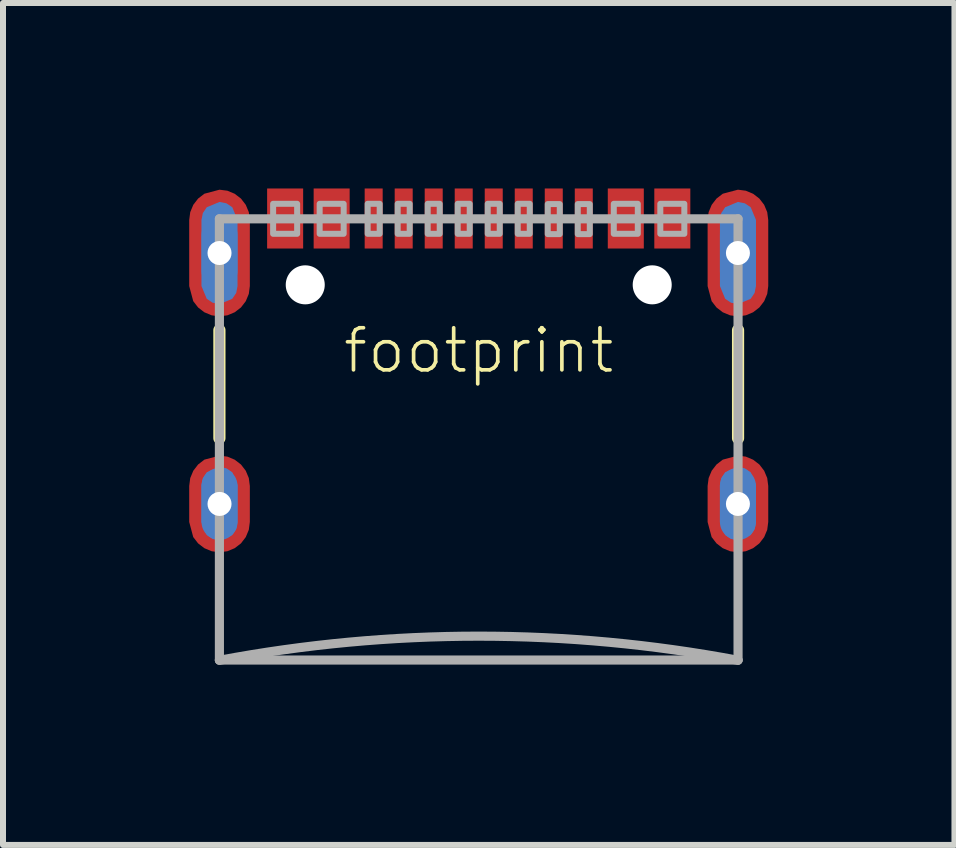
<source format=kicad_pcb>
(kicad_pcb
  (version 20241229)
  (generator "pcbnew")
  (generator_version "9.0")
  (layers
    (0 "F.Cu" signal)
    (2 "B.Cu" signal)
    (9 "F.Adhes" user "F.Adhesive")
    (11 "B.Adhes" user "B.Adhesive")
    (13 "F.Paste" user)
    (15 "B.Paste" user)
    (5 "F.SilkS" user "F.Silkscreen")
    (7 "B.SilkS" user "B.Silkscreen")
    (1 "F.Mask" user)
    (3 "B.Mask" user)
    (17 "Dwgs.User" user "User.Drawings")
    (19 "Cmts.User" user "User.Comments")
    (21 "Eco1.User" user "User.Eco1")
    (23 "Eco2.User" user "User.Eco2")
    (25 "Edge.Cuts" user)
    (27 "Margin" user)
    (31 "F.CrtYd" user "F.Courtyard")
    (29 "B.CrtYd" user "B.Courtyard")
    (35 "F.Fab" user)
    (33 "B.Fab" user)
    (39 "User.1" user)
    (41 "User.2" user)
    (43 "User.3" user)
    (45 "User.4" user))
  (footprint "footprint"
    (layer "F.Cu")
    (at 4.925 0.25)
    (property "Reference" "footprint" (at 0 2.54 0) (layer "F.SilkS") (effects (font (size 0.701 0.701) (thickness 0.061))))
    (fp_poly (pts (xy -4.187 -0.123) (xy -4.065 -0.072) (xy -3.961 0.008) (xy -3.881 0.112) (xy -3.83 0.234) (xy -3.813 0.365) (xy -3.813 1.465) (xy -3.83 1.596) (xy -3.881 1.718) (xy -3.961 1.822) (xy -4.065 1.902) (xy -4.187 1.953) (xy -4.318 1.97) (xy -4.449 1.953) (xy -4.571 1.902) (xy -4.675 1.822) (xy -4.756 1.717) (xy -4.823 1.466) (xy -4.823 0.365) (xy -4.806 0.234) (xy -4.755 0.112) (xy -4.675 0.008) (xy -4.57 -0.073) (xy -4.318 -0.14)) (stroke (width 0) (type solid)) (fill yes) (layer "F.Cu"))
    (fp_poly (pts (xy -4.187 4.307) (xy -4.065 4.358) (xy -3.961 4.438) (xy -3.881 4.542) (xy -3.83 4.664) (xy -3.813 4.795) (xy -3.813 5.395) (xy -3.83 5.526) (xy -3.881 5.648) (xy -3.961 5.752) (xy -4.065 5.832) (xy -4.187 5.883) (xy -4.318 5.9) (xy -4.449 5.883) (xy -4.571 5.832) (xy -4.675 5.752) (xy -4.756 5.647) (xy -4.823 5.396) (xy -4.823 4.795) (xy -4.806 4.664) (xy -4.755 4.542) (xy -4.675 4.438) (xy -4.57 4.357) (xy -4.318 4.29)) (stroke (width 0) (type solid)) (fill yes) (layer "F.Cu"))
    (fp_poly (pts (xy 4.449 -0.123) (xy 4.571 -0.072) (xy 4.675 0.008) (xy 4.755 0.112) (xy 4.806 0.234) (xy 4.823 0.365) (xy 4.823 1.465) (xy 4.806 1.596) (xy 4.755 1.718) (xy 4.675 1.822) (xy 4.571 1.902) (xy 4.449 1.953) (xy 4.318 1.97) (xy 4.187 1.953) (xy 4.065 1.902) (xy 3.961 1.822) (xy 3.88 1.717) (xy 3.813 1.466) (xy 3.813 0.365) (xy 3.83 0.234) (xy 3.881 0.112) (xy 3.961 0.008) (xy 4.066 -0.073) (xy 4.318 -0.14)) (stroke (width 0) (type solid)) (fill yes) (layer "F.Cu"))
    (fp_poly (pts (xy 4.449 4.307) (xy 4.571 4.358) (xy 4.675 4.438) (xy 4.755 4.542) (xy 4.806 4.664) (xy 4.823 4.795) (xy 4.823 5.395) (xy 4.806 5.526) (xy 4.755 5.648) (xy 4.675 5.752) (xy 4.571 5.832) (xy 4.449 5.883) (xy 4.318 5.9) (xy 4.187 5.883) (xy 4.065 5.832) (xy 3.961 5.752) (xy 3.88 5.647) (xy 3.813 5.396) (xy 3.813 4.795) (xy 3.83 4.664) (xy 3.881 4.542) (xy 3.961 4.438) (xy 4.066 4.357) (xy 4.318 4.29)) (stroke (width 0) (type solid)) (fill yes) (layer "F.Cu"))
    (fp_poly (pts (xy -4.169 -0.226) (xy -4.026 -0.173) (xy -3.902 -0.085) (xy -3.804 0.032) (xy -3.741 0.17) (xy -3.715 0.32) (xy -3.715 1.52) (xy -3.742 1.669) (xy -3.806 1.805) (xy -3.904 1.92) (xy -4.028 2.007) (xy -4.17 2.058) (xy -4.32 2.07) (xy -4.47 2.058) (xy -4.612 2.007) (xy -4.736 1.92) (xy -4.834 1.805) (xy -4.925 1.521) (xy -4.925 0.32) (xy -4.899 0.17) (xy -4.836 0.032) (xy -4.738 -0.085) (xy -4.614 -0.174) (xy -4.32 -0.24)) (stroke (width 0) (type solid)) (fill yes) (layer "F.Mask"))
    (fp_poly (pts (xy -4.163 4.211) (xy -4.017 4.273) (xy -3.891 4.37) (xy -3.795 4.496) (xy -3.735 4.643) (xy -3.715 4.8) (xy -3.715 5.4) (xy -3.736 5.556) (xy -3.797 5.701) (xy -3.893 5.825) (xy -4.018 5.921) (xy -4.164 5.98) (xy -4.32 6) (xy -4.476 5.98) (xy -4.622 5.921) (xy -4.747 5.825) (xy -4.843 5.701) (xy -4.925 5.401) (xy -4.925 4.8) (xy -4.905 4.643) (xy -4.845 4.496) (xy -4.749 4.37) (xy -4.623 4.272) (xy -4.32 4.19)) (stroke (width 0) (type solid)) (fill yes) (layer "F.Mask"))
    (fp_poly (pts (xy 4.471 -0.226) (xy 4.614 -0.173) (xy 4.738 -0.085) (xy 4.836 0.032) (xy 4.899 0.17) (xy 4.925 0.32) (xy 4.925 1.52) (xy 4.898 1.669) (xy 4.834 1.805) (xy 4.736 1.92) (xy 4.612 2.007) (xy 4.47 2.058) (xy 4.32 2.07) (xy 4.17 2.058) (xy 4.028 2.007) (xy 3.904 1.92) (xy 3.806 1.805) (xy 3.715 1.521) (xy 3.715 0.32) (xy 3.741 0.17) (xy 3.804 0.032) (xy 3.902 -0.085) (xy 4.026 -0.174) (xy 4.32 -0.24)) (stroke (width 0) (type solid)) (fill yes) (layer "F.Mask"))
    (fp_poly (pts (xy 4.477 4.211) (xy 4.623 4.273) (xy 4.749 4.37) (xy 4.845 4.496) (xy 4.905 4.643) (xy 4.925 4.8) (xy 4.925 5.4) (xy 4.904 5.556) (xy 4.843 5.701) (xy 4.747 5.825) (xy 4.622 5.921) (xy 4.476 5.98) (xy 4.32 6) (xy 4.164 5.98) (xy 4.018 5.921) (xy 3.893 5.825) (xy 3.797 5.701) (xy 3.715 5.401) (xy 3.715 4.8) (xy 3.735 4.643) (xy 3.795 4.496) (xy 3.891 4.37) (xy 4.017 4.272) (xy 4.32 4.19)) (stroke (width 0) (type solid)) (fill yes) (layer "F.Mask"))
    (fp_poly (pts (xy -4.203 0.087) (xy -4.105 0.153) (xy -4.018 0.365) (xy -4.018 1.465) (xy -4.04 1.58) (xy -4.106 1.678) (xy -4.318 1.766) (xy -4.433 1.743) (xy -4.531 1.677) (xy -4.619 1.465) (xy -4.619 0.365) (xy -4.596 0.25) (xy -4.53 0.152) (xy -4.318 0.064)) (stroke (width 0) (type solid)) (fill yes) (layer "B.Cu"))
    (fp_poly (pts (xy -4.203 4.502) (xy -4.105 4.568) (xy -4.018 4.78) (xy -4.018 5.4) (xy -4.04 5.515) (xy -4.106 5.613) (xy -4.318 5.701) (xy -4.433 5.678) (xy -4.531 5.612) (xy -4.619 5.4) (xy -4.619 4.78) (xy -4.596 4.665) (xy -4.53 4.567) (xy -4.318 4.479)) (stroke (width 0) (type solid)) (fill yes) (layer "B.Cu"))
    (fp_poly (pts (xy 4.433 0.087) (xy 4.531 0.153) (xy 4.619 0.365) (xy 4.619 1.465) (xy 4.596 1.58) (xy 4.53 1.678) (xy 4.318 1.766) (xy 4.203 1.743) (xy 4.105 1.677) (xy 4.018 1.465) (xy 4.018 0.365) (xy 4.04 0.25) (xy 4.106 0.152) (xy 4.318 0.064)) (stroke (width 0) (type solid)) (fill yes) (layer "B.Cu"))
    (fp_poly (pts (xy 4.433 4.502) (xy 4.531 4.568) (xy 4.619 4.78) (xy 4.619 5.4) (xy 4.596 5.515) (xy 4.53 5.613) (xy 4.318 5.701) (xy 4.203 5.678) (xy 4.105 5.612) (xy 4.018 5.4) (xy 4.018 4.78) (xy 4.04 4.665) (xy 4.106 4.567) (xy 4.318 4.479)) (stroke (width 0) (type solid)) (fill yes) (layer "B.Cu"))
    (fp_poly (pts (xy -4.187 -0.123) (xy -4.065 -0.072) (xy -3.961 0.008) (xy -3.881 0.112) (xy -3.83 0.234) (xy -3.813 0.365) (xy -3.813 1.465) (xy -3.83 1.596) (xy -3.881 1.718) (xy -3.961 1.822) (xy -4.065 1.902) (xy -4.187 1.953) (xy -4.318 1.97) (xy -4.57 1.903) (xy -4.675 1.822) (xy -4.755 1.718) (xy -4.806 1.596) (xy -4.823 1.465) (xy -4.823 0.365) (xy -4.806 0.234) (xy -4.755 0.112) (xy -4.675 0.008) (xy -4.571 -0.072) (xy -4.449 -0.123) (xy -4.318 -0.14)) (stroke (width 0) (type solid)) (fill yes) (layer "In1.Cu"))
    (fp_poly (pts (xy -4.187 4.307) (xy -4.065 4.358) (xy -3.961 4.438) (xy -3.881 4.542) (xy -3.83 4.664) (xy -3.813 4.795) (xy -3.813 5.395) (xy -3.83 5.526) (xy -3.881 5.648) (xy -3.961 5.752) (xy -4.065 5.832) (xy -4.187 5.883) (xy -4.318 5.9) (xy -4.57 5.833) (xy -4.675 5.752) (xy -4.755 5.648) (xy -4.806 5.526) (xy -4.823 5.395) (xy -4.823 4.795) (xy -4.806 4.664) (xy -4.755 4.542) (xy -4.675 4.438) (xy -4.571 4.358) (xy -4.449 4.307) (xy -4.318 4.29)) (stroke (width 0) (type solid)) (fill yes) (layer "In1.Cu"))
    (fp_poly (pts (xy 4.449 -0.123) (xy 4.571 -0.072) (xy 4.675 0.008) (xy 4.755 0.112) (xy 4.806 0.234) (xy 4.823 0.365) (xy 4.823 1.465) (xy 4.806 1.596) (xy 4.755 1.718) (xy 4.675 1.822) (xy 4.571 1.902) (xy 4.449 1.953) (xy 4.318 1.97) (xy 4.066 1.903) (xy 3.961 1.822) (xy 3.881 1.718) (xy 3.83 1.596) (xy 3.813 1.465) (xy 3.813 0.365) (xy 3.83 0.234) (xy 3.881 0.112) (xy 3.961 0.008) (xy 4.065 -0.072) (xy 4.187 -0.123) (xy 4.318 -0.14)) (stroke (width 0) (type solid)) (fill yes) (layer "In1.Cu"))
    (fp_poly (pts (xy 4.449 4.307) (xy 4.571 4.358) (xy 4.675 4.438) (xy 4.755 4.542) (xy 4.806 4.664) (xy 4.823 4.795) (xy 4.823 5.395) (xy 4.806 5.526) (xy 4.755 5.648) (xy 4.675 5.752) (xy 4.571 5.832) (xy 4.449 5.883) (xy 4.318 5.9) (xy 4.066 5.833) (xy 3.961 5.752) (xy 3.881 5.648) (xy 3.83 5.526) (xy 3.813 5.395) (xy 3.813 4.795) (xy 3.83 4.664) (xy 3.881 4.542) (xy 3.961 4.438) (xy 4.065 4.358) (xy 4.187 4.307) (xy 4.318 4.29)) (stroke (width 0) (type solid)) (fill yes) (layer "In1.Cu"))
    (fp_line (start -4.32 2.2) (end -4.32 4) (stroke (width 0.203) (type solid)) (layer "F.SilkS"))
    (fp_line (start 4.32 2.2) (end 4.32 4) (stroke (width 0.203) (type solid)) (layer "F.SilkS"))
    (fp_poly (pts (xy -4.203 0.087) (xy -4.105 0.153) (xy -4.018 0.365) (xy -4.018 1.465) (xy -4.04 1.58) (xy -4.106 1.678) (xy -4.318 1.766) (xy -4.433 1.743) (xy -4.531 1.677) (xy -4.619 1.465) (xy -4.619 0.365) (xy -4.596 0.25) (xy -4.53 0.152) (xy -4.318 0.064)) (stroke (width 0) (type solid)) (fill yes) (layer "In2.Cu"))
    (fp_poly (pts (xy -4.203 4.502) (xy -4.105 4.568) (xy -4.018 4.78) (xy -4.018 5.4) (xy -4.04 5.515) (xy -4.106 5.613) (xy -4.318 5.701) (xy -4.433 5.678) (xy -4.531 5.612) (xy -4.619 5.4) (xy -4.619 4.78) (xy -4.596 4.665) (xy -4.53 4.567) (xy -4.318 4.479)) (stroke (width 0) (type solid)) (fill yes) (layer "In2.Cu"))
    (fp_poly (pts (xy 4.433 0.087) (xy 4.531 0.153) (xy 4.619 0.365) (xy 4.619 1.465) (xy 4.596 1.58) (xy 4.53 1.678) (xy 4.318 1.766) (xy 4.203 1.743) (xy 4.105 1.677) (xy 4.018 1.465) (xy 4.018 0.365) (xy 4.04 0.25) (xy 4.106 0.152) (xy 4.318 0.064)) (stroke (width 0) (type solid)) (fill yes) (layer "In2.Cu"))
    (fp_poly (pts (xy 4.433 4.502) (xy 4.531 4.568) (xy 4.619 4.78) (xy 4.619 5.4) (xy 4.596 5.515) (xy 4.53 5.613) (xy 4.318 5.701) (xy 4.203 5.678) (xy 4.105 5.612) (xy 4.018 5.4) (xy 4.018 4.78) (xy 4.04 4.665) (xy 4.106 4.567) (xy 4.318 4.479)) (stroke (width 0) (type solid)) (fill yes) (layer "In2.Cu"))
    (fp_poly (pts (xy -4.219 -0.146) (xy -4.094 -0.103) (xy -3.984 -0.029) (xy -3.898 0.071) (xy -3.84 0.19) (xy -3.815 0.32) (xy -3.815 1.521) (xy -3.854 1.668) (xy -3.937 1.796) (xy -4.056 1.892) (xy -4.35 1.955) (xy -4.491 1.939) (xy -4.621 1.88) (xy -4.727 1.784) (xy -4.825 1.521) (xy -4.825 0.32) (xy -4.802 0.173) (xy -4.734 0.041) (xy -4.629 -0.065) (xy -4.351 -0.155)) (stroke (width 0) (type solid)) (fill yes) (layer "F.Paste"))
    (fp_poly (pts (xy -4.147 4.322) (xy -4.011 4.395) (xy -3.903 4.507) (xy -3.815 4.799) (xy -3.815 5.4) (xy -3.836 5.553) (xy -3.904 5.693) (xy -4.011 5.805) (xy -4.299 5.905) (xy -4.434 5.89) (xy -4.559 5.841) (xy -4.667 5.761) (xy -4.751 5.656) (xy -4.825 5.401) (xy -4.825 4.8) (xy -4.805 4.667) (xy -4.751 4.544) (xy -4.667 4.439) (xy -4.559 4.359) (xy -4.3 4.295)) (stroke (width 0) (type solid)) (fill yes) (layer "F.Paste"))
    (fp_poly (pts (xy 4.43 -0.145) (xy 4.553 -0.101) (xy 4.661 -0.026) (xy 4.745 0.073) (xy 4.801 0.191) (xy 4.825 0.32) (xy 4.825 1.521) (xy 4.787 1.667) (xy 4.707 1.794) (xy 4.59 1.89) (xy 4.3 1.955) (xy 4.164 1.949) (xy 4.035 1.902) (xy 3.927 1.816) (xy 3.815 1.571) (xy 3.815 0.37) (xy 3.827 0.239) (xy 3.873 0.115) (xy 3.949 0.007) (xy 4.05 -0.077) (xy 4.299 -0.155)) (stroke (width 0) (type solid)) (fill yes) (layer "F.Paste"))
    (fp_poly (pts (xy 4.434 4.31) (xy 4.559 4.359) (xy 4.667 4.439) (xy 4.751 4.544) (xy 4.805 4.667) (xy 4.825 4.8) (xy 4.825 5.4) (xy 4.806 5.552) (xy 4.74 5.691) (xy 4.635 5.803) (xy 4.351 5.905) (xy 4.221 5.899) (xy 4.097 5.859) (xy 3.989 5.789) (xy 3.901 5.692) (xy 3.815 5.451) (xy 3.815 4.85) (xy 3.824 4.715) (xy 3.867 4.586) (xy 3.942 4.472) (xy 4.045 4.382) (xy 4.299 4.295)) (stroke (width 0) (type solid)) (fill yes) (layer "F.Paste"))
    (fp_line (start -4.32 0.345) (end -4.32 1.965) (stroke (width 0.01) (type solid)) (layer "F.Fab"))
    (fp_line (start -4.32 0.345) (end 4.32 0.345) (stroke (width 0.152) (type solid)) (layer "F.Fab"))
    (fp_line (start -4.32 4.295) (end -4.32 5.895) (stroke (width 0.01) (type solid)) (layer "F.Fab"))
    (fp_line (start -4.32 7.695) (end -4.32 0.345) (stroke (width 0.152) (type solid)) (layer "F.Fab"))
    (fp_line (start -4.32 7.695) (end 4.32 7.695) (stroke (width 0.152) (type solid)) (layer "F.Fab"))
    (fp_line (start 4.32 0.345) (end 4.32 1.965) (stroke (width 0.01) (type solid)) (layer "F.Fab"))
    (fp_line (start 4.32 0.345) (end 4.32 7.695) (stroke (width 0.152) (type solid)) (layer "F.Fab"))
    (fp_line (start 4.32 4.295) (end 4.32 5.895) (stroke (width 0.01) (type solid)) (layer "F.Fab"))
    (fp_arc (start -4.32 7.7) (mid 0 7.297675) (end 4.32 7.7) (stroke (width 0.1524) (type solid)) (layer "F.Fab"))
    (fp_poly (pts (xy -3.425 0.595) (xy -3.025 0.595) (xy -3.025 0.095) (xy -3.425 0.095)) (stroke (width 0.1) (type solid)) (fill no) (layer "F.Fab"))
    (fp_poly (pts (xy -2.65 0.595) (xy -2.25 0.595) (xy -2.25 0.095) (xy -2.65 0.095)) (stroke (width 0.1) (type solid)) (fill no) (layer "F.Fab"))
    (fp_poly (pts (xy -1.85 0.595) (xy -1.65 0.595) (xy -1.65 0.095) (xy -1.85 0.095)) (stroke (width 0.1) (type solid)) (fill no) (layer "F.Fab"))
    (fp_poly (pts (xy -1.35 0.595) (xy -1.15 0.595) (xy -1.15 0.095) (xy -1.35 0.095)) (stroke (width 0.1) (type solid)) (fill no) (layer "F.Fab"))
    (fp_poly (pts (xy -0.85 0.595) (xy -0.65 0.595) (xy -0.65 0.095) (xy -0.85 0.095)) (stroke (width 0.1) (type solid)) (fill no) (layer "F.Fab"))
    (fp_poly (pts (xy -0.35 0.595) (xy -0.15 0.595) (xy -0.15 0.095) (xy -0.35 0.095)) (stroke (width 0.1) (type solid)) (fill no) (layer "F.Fab"))
    (fp_poly (pts (xy 0.15 0.595) (xy 0.35 0.595) (xy 0.35 0.095) (xy 0.15 0.095)) (stroke (width 0.1) (type solid)) (fill no) (layer "F.Fab"))
    (fp_poly (pts (xy 0.65 0.595) (xy 0.85 0.595) (xy 0.85 0.095) (xy 0.65 0.095)) (stroke (width 0.1) (type solid)) (fill no) (layer "F.Fab"))
    (fp_poly (pts (xy 1.15 0.6) (xy 1.35 0.6) (xy 1.35 0.1) (xy 1.15 0.1)) (stroke (width 0.1) (type solid)) (fill no) (layer "F.Fab"))
    (fp_poly (pts (xy 1.65 0.6) (xy 1.85 0.6) (xy 1.85 0.1) (xy 1.65 0.1)) (stroke (width 0.1) (type solid)) (fill no) (layer "F.Fab"))
    (fp_poly (pts (xy 2.25 0.595) (xy 2.65 0.595) (xy 2.65 0.095) (xy 2.25 0.095)) (stroke (width 0.1) (type solid)) (fill no) (layer "F.Fab"))
    (fp_poly (pts (xy 3.025 0.595) (xy 3.425 0.595) (xy 3.425 0.095) (xy 3.025 0.095)) (stroke (width 0.1) (type solid)) (fill no) (layer "F.Fab"))
    (pad "" np_thru_hole circle (at -2.89 1.445) (size 0.65 0.65) (drill 0.65) (layers "*.Cu" "*.Mask"))
    (pad "" np_thru_hole circle (at 2.89 1.445) (size 0.65 0.65) (drill 0.65) (layers "*.Cu" "*.Mask"))
    (pad "A5" smd rect (at -1.25 0.34 180) (size 0.3 1) (layers "F.Cu" "F.Mask" "F.Paste"))
    (pad "A6" smd rect (at -0.25 0.34 180) (size 0.3 1) (layers "F.Cu" "F.Mask" "F.Paste"))
    (pad "A7" smd rect (at 0.25 0.34) (size 0.3 1) (layers "F.Cu" "F.Mask" "F.Paste"))
    (pad "A8" smd rect (at 1.25 0.34) (size 0.3 1) (layers "F.Cu" "F.Mask" "F.Paste"))
    (pad "B5" smd rect (at 1.75 0.34) (size 0.3 1) (layers "F.Cu" "F.Mask" "F.Paste"))
    (pad "B6" smd rect (at 0.75 0.34) (size 0.3 1) (layers "F.Cu" "F.Mask" "F.Paste"))
    (pad "B7" smd rect (at -0.75 0.34 180) (size 0.3 1) (layers "F.Cu" "F.Mask" "F.Paste"))
    (pad "B8" smd rect (at -1.75 0.34 180) (size 0.3 1) (layers "F.Cu" "F.Mask" "F.Paste"))
    (pad "GND" smd rect (at -3.225 0.34 180) (size 0.6 1) (layers "F.Cu" "F.Mask" "F.Paste"))
    (pad "GND2" smd rect (at 3.225 0.34) (size 0.6 1) (layers "F.Cu" "F.Mask" "F.Paste"))
    (pad "SHLD1" thru_hole oval (at -4.318 0.915 90) (size 1.2 0.6) (drill 0.4) (layers "*.Cu"))
    (pad "SHLD2" thru_hole oval (at 4.318 0.915 90) (size 1.2 0.6) (drill 0.4) (layers "*.Cu"))
    (pad "SHLD3" thru_hole oval (at -4.318 5.095 90) (size 1.2 0.6) (drill 0.4) (layers "*.Cu"))
    (pad "SHLD4" thru_hole oval (at 4.318 5.095 90) (size 1.2 0.6) (drill 0.4) (layers "*.Cu"))
    (pad "VBUS1" smd rect (at -2.45 0.34 180) (size 0.6 1) (layers "F.Cu" "F.Mask" "F.Paste"))
    (pad "VBUS2" smd rect (at 2.45 0.34) (size 0.6 1) (layers "F.Cu" "F.Mask" "F.Paste")))
  (gr_rect
    (start -3 -3)
    (end 12.85 11.026)
    (stroke (width 0.1) (type default))
    (fill no)
    (layer "Edge.Cuts")))
</source>
